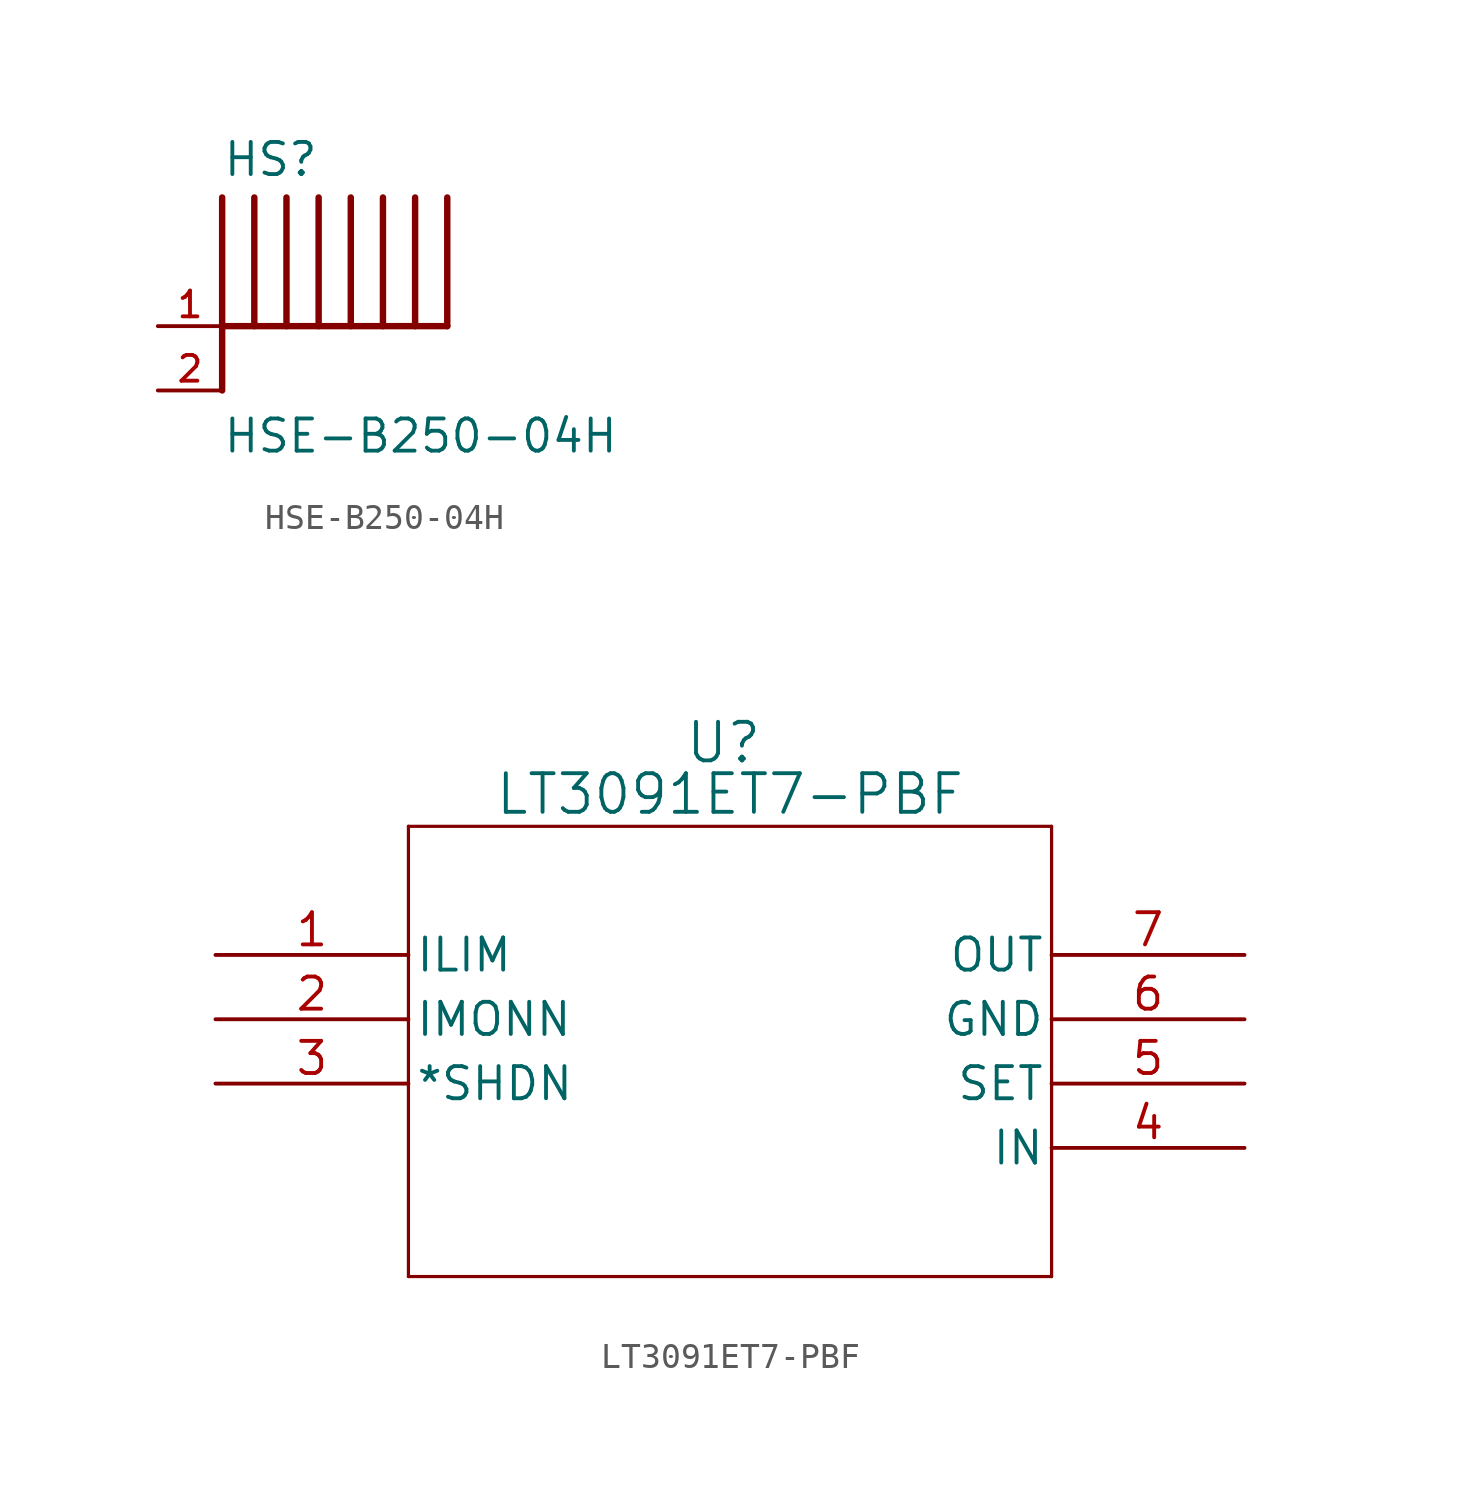
<source format=kicad_sym>
(kicad_symbol_lib
  (version 20241209)
  (generator "kicad_symbol_editor")
  (generator_version "9.0")
  (symbol "HSE-B250-04H"
    (pin_names
      (offset 1.016))
    (property "Reference" "HS"
      (at -5.08 5.842 0)
      (effects (font (size 1.27 1.27)) (justify left bottom)))
    (property "Value" "HSE-B250-04H"
      (at -5.08 -5.08 0)
      (effects (font (size 1.27 1.27)) (justify left bottom)))
    (symbol "HSE-B250-04H_0_0"
      (polyline (pts (xy -5.08 5.08) (xy -5.08 -2.54)) (stroke (width 0.254) (type default)) (fill (type none)))
      (polyline (pts (xy -5.08 0) (xy 3.81 0)) (stroke (width 0.254) (type default)) (fill (type none)))
      (polyline (pts (xy -3.81 5.08) (xy -3.81 0)) (stroke (width 0.254) (type default)) (fill (type none)))
      (polyline (pts (xy -2.54 5.08) (xy -2.54 0)) (stroke (width 0.254) (type default)) (fill (type none)))
      (polyline (pts (xy -1.27 5.08) (xy -1.27 0)) (stroke (width 0.254) (type default)) (fill (type none)))
      (polyline (pts (xy 0 5.08) (xy 0 0)) (stroke (width 0.254) (type default)) (fill (type none)))
      (polyline (pts (xy 1.27 5.08) (xy 1.27 0)) (stroke (width 0.254) (type default)) (fill (type none)))
      (polyline (pts (xy 2.54 5.08) (xy 2.54 0)) (stroke (width 0.254) (type default)) (fill (type none)))
      (polyline (pts (xy 3.81 5.08) (xy 3.81 0)) (stroke (width 0.254) (type default)) (fill (type none)))
      (pin passive line (at -7.62 0 0) (length 2.54) (name "~" (effects (font (size 1.016 1.016)))) (number "1" (effects (font (size 1.016 1.016)))))
      (pin passive line (at -7.62 -2.54 0) (length 2.54) (name "~" (effects (font (size 1.016 1.016)))) (number "2" (effects (font (size 1.016 1.016)))))))
  (symbol "LT3091ET7-PBF"
    (pin_names
      (offset 0.254))
    (property "Reference" "U"
      (at -0.254 12.192 0)
      (effects (font (size 1.524 1.524))))
    (property "Value" "LT3091ET7-PBF"
      (at 0 10.16 0)
      (effects (font (size 1.524 1.524))))
    (property "ki_locked" ""
      (at 0 0 0)
      (effects (font (size 1.27 1.27))))
    (symbol "LT3091ET7-PBF_0_1"
      (polyline (pts (xy -12.7 8.89) (xy -12.7 -8.89)) (stroke (width 0.127) (type default)) (fill (type none)))
      (polyline (pts (xy -12.7 -8.89) (xy 12.7 -8.89)) (stroke (width 0.127) (type default)) (fill (type none)))
      (polyline (pts (xy 12.7 8.89) (xy -12.7 8.89)) (stroke (width 0.127) (type default)) (fill (type none)))
      (polyline (pts (xy 12.7 -8.89) (xy 12.7 8.89)) (stroke (width 0.127) (type default)) (fill (type none)))
      (pin unspecified line (at -20.32 3.81 0) (length 7.62) (name "ILIM" (effects (font (size 1.27 1.27)))) (number "1" (effects (font (size 1.27 1.27)))))
      (pin output line (at -20.32 1.27 0) (length 7.62) (name "IMONN" (effects (font (size 1.27 1.27)))) (number "2" (effects (font (size 1.27 1.27)))))
      (pin output line (at -20.32 -1.27 0) (length 7.62) (name "*SHDN" (effects (font (size 1.27 1.27)))) (number "3" (effects (font (size 1.27 1.27)))))
      (pin output line (at 20.32 3.81 180) (length 7.62) (name "OUT" (effects (font (size 1.27 1.27)))) (number "7" (effects (font (size 1.27 1.27)))))
      (pin power_out line (at 20.32 1.27 180) (length 7.62) (name "GND" (effects (font (size 1.27 1.27)))) (number "6" (effects (font (size 1.27 1.27)))))
      (pin input line (at 20.32 -1.27 180) (length 7.62) (name "SET" (effects (font (size 1.27 1.27)))) (number "5" (effects (font (size 1.27 1.27)))))
      (pin input line (at 20.32 -3.81 180) (length 7.62) (name "IN" (effects (font (size 1.27 1.27)))) (number "4" (effects (font (size 1.27 1.27))))))))
</source>
